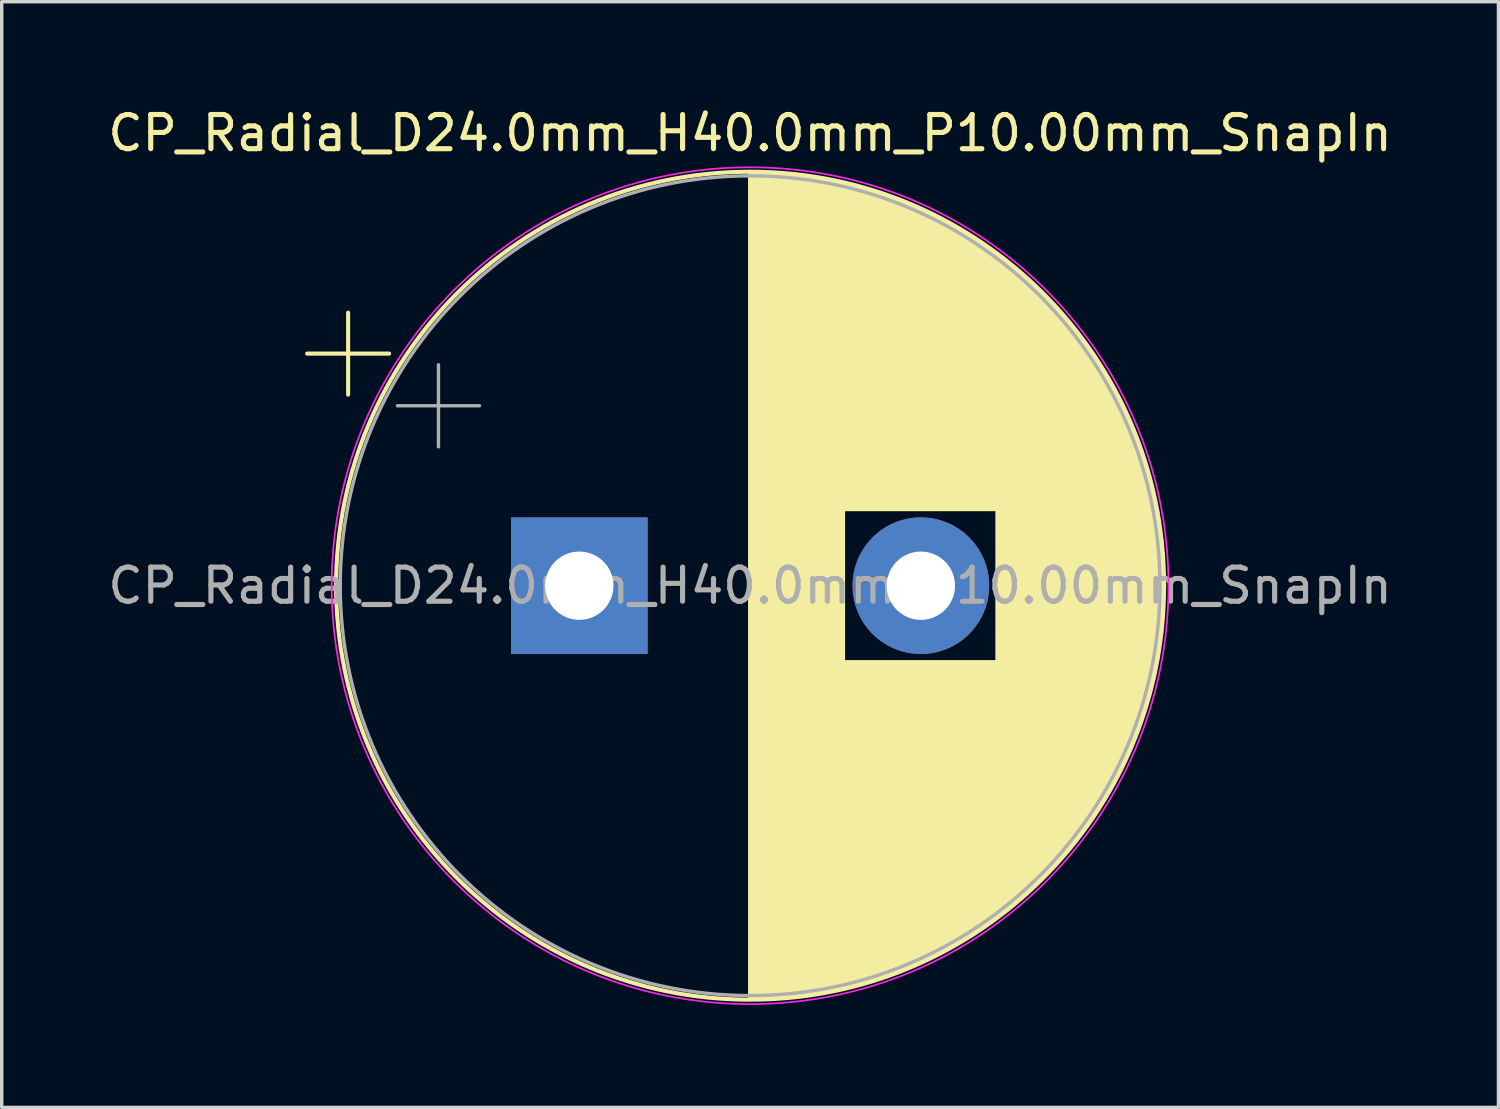
<source format=kicad_pcb>
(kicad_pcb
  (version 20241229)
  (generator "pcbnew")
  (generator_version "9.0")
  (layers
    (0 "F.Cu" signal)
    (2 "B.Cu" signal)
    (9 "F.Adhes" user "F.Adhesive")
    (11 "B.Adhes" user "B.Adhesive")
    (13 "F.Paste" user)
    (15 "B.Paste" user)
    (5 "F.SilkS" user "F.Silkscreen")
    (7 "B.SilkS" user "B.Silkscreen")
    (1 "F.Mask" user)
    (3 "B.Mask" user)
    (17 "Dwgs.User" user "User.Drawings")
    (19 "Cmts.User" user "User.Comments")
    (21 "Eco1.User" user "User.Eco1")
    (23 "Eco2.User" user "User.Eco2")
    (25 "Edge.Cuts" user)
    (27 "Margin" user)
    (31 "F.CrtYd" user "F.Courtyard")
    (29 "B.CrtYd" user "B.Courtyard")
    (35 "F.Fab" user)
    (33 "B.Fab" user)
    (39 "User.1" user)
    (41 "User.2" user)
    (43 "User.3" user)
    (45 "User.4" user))
  (footprint "CP_Radial_D24.0mm_H40.0mm_P10.00mm_SnapIn"
    (layer "F.Cu")
    (at 13.911 14.098)
    (property "Reference" "CP_Radial_D24.0mm_H40.0mm_P10.00mm_SnapIn" (at 5 -13.25 0) (layer "F.SilkS") (effects (font (size 1 1) (thickness 0.15))))
    (attr through_hole)
    (fp_line (start -7.969 -6.795) (end -5.569 -6.795) (stroke (width 0.12) (type solid)) (layer "F.SilkS"))
    (fp_line (start -6.769 -7.995) (end -6.769 -5.595) (stroke (width 0.12) (type solid)) (layer "F.SilkS"))
    (fp_line (start 5 -12.081) (end 5 12.081) (stroke (width 0.12) (type solid)) (layer "F.SilkS"))
    (fp_line (start 5.04 -12.08) (end 5.04 12.08) (stroke (width 0.12) (type solid)) (layer "F.SilkS"))
    (fp_line (start 5.08 -12.08) (end 5.08 12.08) (stroke (width 0.12) (type solid)) (layer "F.SilkS"))
    (fp_line (start 5.12 -12.08) (end 5.12 12.08) (stroke (width 0.12) (type solid)) (layer "F.SilkS"))
    (fp_line (start 5.16 -12.079) (end 5.16 12.079) (stroke (width 0.12) (type solid)) (layer "F.SilkS"))
    (fp_line (start 5.2 -12.079) (end 5.2 12.079) (stroke (width 0.12) (type solid)) (layer "F.SilkS"))
    (fp_line (start 5.24 -12.078) (end 5.24 12.078) (stroke (width 0.12) (type solid)) (layer "F.SilkS"))
    (fp_line (start 5.28 -12.077) (end 5.28 12.077) (stroke (width 0.12) (type solid)) (layer "F.SilkS"))
    (fp_line (start 5.32 -12.076) (end 5.32 12.076) (stroke (width 0.12) (type solid)) (layer "F.SilkS"))
    (fp_line (start 5.36 -12.075) (end 5.36 12.075) (stroke (width 0.12) (type solid)) (layer "F.SilkS"))
    (fp_line (start 5.4 -12.074) (end 5.4 12.074) (stroke (width 0.12) (type solid)) (layer "F.SilkS"))
    (fp_line (start 5.44 -12.073) (end 5.44 12.073) (stroke (width 0.12) (type solid)) (layer "F.SilkS"))
    (fp_line (start 5.48 -12.071) (end 5.48 12.071) (stroke (width 0.12) (type solid)) (layer "F.SilkS"))
    (fp_line (start 5.52 -12.069) (end 5.52 12.069) (stroke (width 0.12) (type solid)) (layer "F.SilkS"))
    (fp_line (start 5.56 -12.068) (end 5.56 12.068) (stroke (width 0.12) (type solid)) (layer "F.SilkS"))
    (fp_line (start 5.6 -12.066) (end 5.6 12.066) (stroke (width 0.12) (type solid)) (layer "F.SilkS"))
    (fp_line (start 5.64 -12.064) (end 5.64 12.064) (stroke (width 0.12) (type solid)) (layer "F.SilkS"))
    (fp_line (start 5.68 -12.061) (end 5.68 12.061) (stroke (width 0.12) (type solid)) (layer "F.SilkS"))
    (fp_line (start 5.721 -12.059) (end 5.721 12.059) (stroke (width 0.12) (type solid)) (layer "F.SilkS"))
    (fp_line (start 5.761 -12.057) (end 5.761 12.057) (stroke (width 0.12) (type solid)) (layer "F.SilkS"))
    (fp_line (start 5.801 -12.054) (end 5.801 12.054) (stroke (width 0.12) (type solid)) (layer "F.SilkS"))
    (fp_line (start 5.841 -12.051) (end 5.841 12.051) (stroke (width 0.12) (type solid)) (layer "F.SilkS"))
    (fp_line (start 5.881 -12.049) (end 5.881 12.049) (stroke (width 0.12) (type solid)) (layer "F.SilkS"))
    (fp_line (start 5.921 -12.046) (end 5.921 12.046) (stroke (width 0.12) (type solid)) (layer "F.SilkS"))
    (fp_line (start 5.961 -12.042) (end 5.961 12.042) (stroke (width 0.12) (type solid)) (layer "F.SilkS"))
    (fp_line (start 6.001 -12.039) (end 6.001 12.039) (stroke (width 0.12) (type solid)) (layer "F.SilkS"))
    (fp_line (start 6.041 -12.036) (end 6.041 12.036) (stroke (width 0.12) (type solid)) (layer "F.SilkS"))
    (fp_line (start 6.081 -12.032) (end 6.081 12.032) (stroke (width 0.12) (type solid)) (layer "F.SilkS"))
    (fp_line (start 6.121 -12.029) (end 6.121 12.029) (stroke (width 0.12) (type solid)) (layer "F.SilkS"))
    (fp_line (start 6.161 -12.025) (end 6.161 12.025) (stroke (width 0.12) (type solid)) (layer "F.SilkS"))
    (fp_line (start 6.201 -12.021) (end 6.201 12.021) (stroke (width 0.12) (type solid)) (layer "F.SilkS"))
    (fp_line (start 6.241 -12.017) (end 6.241 12.017) (stroke (width 0.12) (type solid)) (layer "F.SilkS"))
    (fp_line (start 6.281 -12.013) (end 6.281 12.013) (stroke (width 0.12) (type solid)) (layer "F.SilkS"))
    (fp_line (start 6.321 -12.008) (end 6.321 12.008) (stroke (width 0.12) (type solid)) (layer "F.SilkS"))
    (fp_line (start 6.361 -12.004) (end 6.361 12.004) (stroke (width 0.12) (type solid)) (layer "F.SilkS"))
    (fp_line (start 6.401 -11.999) (end 6.401 11.999) (stroke (width 0.12) (type solid)) (layer "F.SilkS"))
    (fp_line (start 6.441 -11.995) (end 6.441 11.995) (stroke (width 0.12) (type solid)) (layer "F.SilkS"))
    (fp_line (start 6.481 -11.99) (end 6.481 11.99) (stroke (width 0.12) (type solid)) (layer "F.SilkS"))
    (fp_line (start 6.521 -11.985) (end 6.521 11.985) (stroke (width 0.12) (type solid)) (layer "F.SilkS"))
    (fp_line (start 6.561 -11.98) (end 6.561 11.98) (stroke (width 0.12) (type solid)) (layer "F.SilkS"))
    (fp_line (start 6.601 -11.974) (end 6.601 11.974) (stroke (width 0.12) (type solid)) (layer "F.SilkS"))
    (fp_line (start 6.641 -11.969) (end 6.641 11.969) (stroke (width 0.12) (type solid)) (layer "F.SilkS"))
    (fp_line (start 6.681 -11.963) (end 6.681 11.963) (stroke (width 0.12) (type solid)) (layer "F.SilkS"))
    (fp_line (start 6.721 -11.958) (end 6.721 11.958) (stroke (width 0.12) (type solid)) (layer "F.SilkS"))
    (fp_line (start 6.761 -11.952) (end 6.761 11.952) (stroke (width 0.12) (type solid)) (layer "F.SilkS"))
    (fp_line (start 6.801 -11.946) (end 6.801 11.946) (stroke (width 0.12) (type solid)) (layer "F.SilkS"))
    (fp_line (start 6.841 -11.94) (end 6.841 11.94) (stroke (width 0.12) (type solid)) (layer "F.SilkS"))
    (fp_line (start 6.881 -11.934) (end 6.881 11.934) (stroke (width 0.12) (type solid)) (layer "F.SilkS"))
    (fp_line (start 6.921 -11.927) (end 6.921 11.927) (stroke (width 0.12) (type solid)) (layer "F.SilkS"))
    (fp_line (start 6.961 -11.921) (end 6.961 11.921) (stroke (width 0.12) (type solid)) (layer "F.SilkS"))
    (fp_line (start 7.001 -11.914) (end 7.001 11.914) (stroke (width 0.12) (type solid)) (layer "F.SilkS"))
    (fp_line (start 7.041 -11.908) (end 7.041 11.908) (stroke (width 0.12) (type solid)) (layer "F.SilkS"))
    (fp_line (start 7.081 -11.901) (end 7.081 11.901) (stroke (width 0.12) (type solid)) (layer "F.SilkS"))
    (fp_line (start 7.121 -11.894) (end 7.121 11.894) (stroke (width 0.12) (type solid)) (layer "F.SilkS"))
    (fp_line (start 7.161 -11.886) (end 7.161 11.886) (stroke (width 0.12) (type solid)) (layer "F.SilkS"))
    (fp_line (start 7.201 -11.879) (end 7.201 11.879) (stroke (width 0.12) (type solid)) (layer "F.SilkS"))
    (fp_line (start 7.241 -11.872) (end 7.241 11.872) (stroke (width 0.12) (type solid)) (layer "F.SilkS"))
    (fp_line (start 7.281 -11.864) (end 7.281 11.864) (stroke (width 0.12) (type solid)) (layer "F.SilkS"))
    (fp_line (start 7.321 -11.856) (end 7.321 11.856) (stroke (width 0.12) (type solid)) (layer "F.SilkS"))
    (fp_line (start 7.361 -11.849) (end 7.361 11.849) (stroke (width 0.12) (type solid)) (layer "F.SilkS"))
    (fp_line (start 7.401 -11.841) (end 7.401 11.841) (stroke (width 0.12) (type solid)) (layer "F.SilkS"))
    (fp_line (start 7.441 -11.832) (end 7.441 11.832) (stroke (width 0.12) (type solid)) (layer "F.SilkS"))
    (fp_line (start 7.481 -11.824) (end 7.481 11.824) (stroke (width 0.12) (type solid)) (layer "F.SilkS"))
    (fp_line (start 7.521 -11.816) (end 7.521 11.816) (stroke (width 0.12) (type solid)) (layer "F.SilkS"))
    (fp_line (start 7.561 -11.807) (end 7.561 11.807) (stroke (width 0.12) (type solid)) (layer "F.SilkS"))
    (fp_line (start 7.601 -11.798) (end 7.601 11.798) (stroke (width 0.12) (type solid)) (layer "F.SilkS"))
    (fp_line (start 7.641 -11.789) (end 7.641 11.789) (stroke (width 0.12) (type solid)) (layer "F.SilkS"))
    (fp_line (start 7.681 -11.78) (end 7.681 11.78) (stroke (width 0.12) (type solid)) (layer "F.SilkS"))
    (fp_line (start 7.721 -11.771) (end 7.721 11.771) (stroke (width 0.12) (type solid)) (layer "F.SilkS"))
    (fp_line (start 7.761 -11.762) (end 7.761 -2.24) (stroke (width 0.12) (type solid)) (layer "F.SilkS"))
    (fp_line (start 7.761 2.24) (end 7.761 11.762) (stroke (width 0.12) (type solid)) (layer "F.SilkS"))
    (fp_line (start 7.801 -11.753) (end 7.801 -2.24) (stroke (width 0.12) (type solid)) (layer "F.SilkS"))
    (fp_line (start 7.801 2.24) (end 7.801 11.753) (stroke (width 0.12) (type solid)) (layer "F.SilkS"))
    (fp_line (start 7.841 -11.743) (end 7.841 -2.24) (stroke (width 0.12) (type solid)) (layer "F.SilkS"))
    (fp_line (start 7.841 2.24) (end 7.841 11.743) (stroke (width 0.12) (type solid)) (layer "F.SilkS"))
    (fp_line (start 7.881 -11.733) (end 7.881 -2.24) (stroke (width 0.12) (type solid)) (layer "F.SilkS"))
    (fp_line (start 7.881 2.24) (end 7.881 11.733) (stroke (width 0.12) (type solid)) (layer "F.SilkS"))
    (fp_line (start 7.921 -11.723) (end 7.921 -2.24) (stroke (width 0.12) (type solid)) (layer "F.SilkS"))
    (fp_line (start 7.921 2.24) (end 7.921 11.723) (stroke (width 0.12) (type solid)) (layer "F.SilkS"))
    (fp_line (start 7.961 -11.713) (end 7.961 -2.24) (stroke (width 0.12) (type solid)) (layer "F.SilkS"))
    (fp_line (start 7.961 2.24) (end 7.961 11.713) (stroke (width 0.12) (type solid)) (layer "F.SilkS"))
    (fp_line (start 8.001 -11.703) (end 8.001 -2.24) (stroke (width 0.12) (type solid)) (layer "F.SilkS"))
    (fp_line (start 8.001 2.24) (end 8.001 11.703) (stroke (width 0.12) (type solid)) (layer "F.SilkS"))
    (fp_line (start 8.041 -11.693) (end 8.041 -2.24) (stroke (width 0.12) (type solid)) (layer "F.SilkS"))
    (fp_line (start 8.041 2.24) (end 8.041 11.693) (stroke (width 0.12) (type solid)) (layer "F.SilkS"))
    (fp_line (start 8.081 -11.683) (end 8.081 -2.24) (stroke (width 0.12) (type solid)) (layer "F.SilkS"))
    (fp_line (start 8.081 2.24) (end 8.081 11.683) (stroke (width 0.12) (type solid)) (layer "F.SilkS"))
    (fp_line (start 8.121 -11.672) (end 8.121 -2.24) (stroke (width 0.12) (type solid)) (layer "F.SilkS"))
    (fp_line (start 8.121 2.24) (end 8.121 11.672) (stroke (width 0.12) (type solid)) (layer "F.SilkS"))
    (fp_line (start 8.161 -11.661) (end 8.161 -2.24) (stroke (width 0.12) (type solid)) (layer "F.SilkS"))
    (fp_line (start 8.161 2.24) (end 8.161 11.661) (stroke (width 0.12) (type solid)) (layer "F.SilkS"))
    (fp_line (start 8.201 -11.65) (end 8.201 -2.24) (stroke (width 0.12) (type solid)) (layer "F.SilkS"))
    (fp_line (start 8.201 2.24) (end 8.201 11.65) (stroke (width 0.12) (type solid)) (layer "F.SilkS"))
    (fp_line (start 8.241 -11.639) (end 8.241 -2.24) (stroke (width 0.12) (type solid)) (layer "F.SilkS"))
    (fp_line (start 8.241 2.24) (end 8.241 11.639) (stroke (width 0.12) (type solid)) (layer "F.SilkS"))
    (fp_line (start 8.281 -11.628) (end 8.281 -2.24) (stroke (width 0.12) (type solid)) (layer "F.SilkS"))
    (fp_line (start 8.281 2.24) (end 8.281 11.628) (stroke (width 0.12) (type solid)) (layer "F.SilkS"))
    (fp_line (start 8.321 -11.617) (end 8.321 -2.24) (stroke (width 0.12) (type solid)) (layer "F.SilkS"))
    (fp_line (start 8.321 2.24) (end 8.321 11.617) (stroke (width 0.12) (type solid)) (layer "F.SilkS"))
    (fp_line (start 8.361 -11.605) (end 8.361 -2.24) (stroke (width 0.12) (type solid)) (layer "F.SilkS"))
    (fp_line (start 8.361 2.24) (end 8.361 11.605) (stroke (width 0.12) (type solid)) (layer "F.SilkS"))
    (fp_line (start 8.401 -11.594) (end 8.401 -2.24) (stroke (width 0.12) (type solid)) (layer "F.SilkS"))
    (fp_line (start 8.401 2.24) (end 8.401 11.594) (stroke (width 0.12) (type solid)) (layer "F.SilkS"))
    (fp_line (start 8.441 -11.582) (end 8.441 -2.24) (stroke (width 0.12) (type solid)) (layer "F.SilkS"))
    (fp_line (start 8.441 2.24) (end 8.441 11.582) (stroke (width 0.12) (type solid)) (layer "F.SilkS"))
    (fp_line (start 8.481 -11.57) (end 8.481 -2.24) (stroke (width 0.12) (type solid)) (layer "F.SilkS"))
    (fp_line (start 8.481 2.24) (end 8.481 11.57) (stroke (width 0.12) (type solid)) (layer "F.SilkS"))
    (fp_line (start 8.521 -11.558) (end 8.521 -2.24) (stroke (width 0.12) (type solid)) (layer "F.SilkS"))
    (fp_line (start 8.521 2.24) (end 8.521 11.558) (stroke (width 0.12) (type solid)) (layer "F.SilkS"))
    (fp_line (start 8.561 -11.546) (end 8.561 -2.24) (stroke (width 0.12) (type solid)) (layer "F.SilkS"))
    (fp_line (start 8.561 2.24) (end 8.561 11.546) (stroke (width 0.12) (type solid)) (layer "F.SilkS"))
    (fp_line (start 8.601 -11.534) (end 8.601 -2.24) (stroke (width 0.12) (type solid)) (layer "F.SilkS"))
    (fp_line (start 8.601 2.24) (end 8.601 11.534) (stroke (width 0.12) (type solid)) (layer "F.SilkS"))
    (fp_line (start 8.641 -11.521) (end 8.641 -2.24) (stroke (width 0.12) (type solid)) (layer "F.SilkS"))
    (fp_line (start 8.641 2.24) (end 8.641 11.521) (stroke (width 0.12) (type solid)) (layer "F.SilkS"))
    (fp_line (start 8.681 -11.508) (end 8.681 -2.24) (stroke (width 0.12) (type solid)) (layer "F.SilkS"))
    (fp_line (start 8.681 2.24) (end 8.681 11.508) (stroke (width 0.12) (type solid)) (layer "F.SilkS"))
    (fp_line (start 8.721 -11.495) (end 8.721 -2.24) (stroke (width 0.12) (type solid)) (layer "F.SilkS"))
    (fp_line (start 8.721 2.24) (end 8.721 11.495) (stroke (width 0.12) (type solid)) (layer "F.SilkS"))
    (fp_line (start 8.761 -11.483) (end 8.761 -2.24) (stroke (width 0.12) (type solid)) (layer "F.SilkS"))
    (fp_line (start 8.761 2.24) (end 8.761 11.483) (stroke (width 0.12) (type solid)) (layer "F.SilkS"))
    (fp_line (start 8.801 -11.469) (end 8.801 -2.24) (stroke (width 0.12) (type solid)) (layer "F.SilkS"))
    (fp_line (start 8.801 2.24) (end 8.801 11.469) (stroke (width 0.12) (type solid)) (layer "F.SilkS"))
    (fp_line (start 8.841 -11.456) (end 8.841 -2.24) (stroke (width 0.12) (type solid)) (layer "F.SilkS"))
    (fp_line (start 8.841 2.24) (end 8.841 11.456) (stroke (width 0.12) (type solid)) (layer "F.SilkS"))
    (fp_line (start 8.881 -11.443) (end 8.881 -2.24) (stroke (width 0.12) (type solid)) (layer "F.SilkS"))
    (fp_line (start 8.881 2.24) (end 8.881 11.443) (stroke (width 0.12) (type solid)) (layer "F.SilkS"))
    (fp_line (start 8.921 -11.429) (end 8.921 -2.24) (stroke (width 0.12) (type solid)) (layer "F.SilkS"))
    (fp_line (start 8.921 2.24) (end 8.921 11.429) (stroke (width 0.12) (type solid)) (layer "F.SilkS"))
    (fp_line (start 8.961 -11.415) (end 8.961 -2.24) (stroke (width 0.12) (type solid)) (layer "F.SilkS"))
    (fp_line (start 8.961 2.24) (end 8.961 11.415) (stroke (width 0.12) (type solid)) (layer "F.SilkS"))
    (fp_line (start 9.001 -11.401) (end 9.001 -2.24) (stroke (width 0.12) (type solid)) (layer "F.SilkS"))
    (fp_line (start 9.001 2.24) (end 9.001 11.401) (stroke (width 0.12) (type solid)) (layer "F.SilkS"))
    (fp_line (start 9.041 -11.387) (end 9.041 -2.24) (stroke (width 0.12) (type solid)) (layer "F.SilkS"))
    (fp_line (start 9.041 2.24) (end 9.041 11.387) (stroke (width 0.12) (type solid)) (layer "F.SilkS"))
    (fp_line (start 9.081 -11.373) (end 9.081 -2.24) (stroke (width 0.12) (type solid)) (layer "F.SilkS"))
    (fp_line (start 9.081 2.24) (end 9.081 11.373) (stroke (width 0.12) (type solid)) (layer "F.SilkS"))
    (fp_line (start 9.121 -11.359) (end 9.121 -2.24) (stroke (width 0.12) (type solid)) (layer "F.SilkS"))
    (fp_line (start 9.121 2.24) (end 9.121 11.359) (stroke (width 0.12) (type solid)) (layer "F.SilkS"))
    (fp_line (start 9.161 -11.344) (end 9.161 -2.24) (stroke (width 0.12) (type solid)) (layer "F.SilkS"))
    (fp_line (start 9.161 2.24) (end 9.161 11.344) (stroke (width 0.12) (type solid)) (layer "F.SilkS"))
    (fp_line (start 9.201 -11.33) (end 9.201 -2.24) (stroke (width 0.12) (type solid)) (layer "F.SilkS"))
    (fp_line (start 9.201 2.24) (end 9.201 11.33) (stroke (width 0.12) (type solid)) (layer "F.SilkS"))
    (fp_line (start 9.241 -11.315) (end 9.241 -2.24) (stroke (width 0.12) (type solid)) (layer "F.SilkS"))
    (fp_line (start 9.241 2.24) (end 9.241 11.315) (stroke (width 0.12) (type solid)) (layer "F.SilkS"))
    (fp_line (start 9.281 -11.3) (end 9.281 -2.24) (stroke (width 0.12) (type solid)) (layer "F.SilkS"))
    (fp_line (start 9.281 2.24) (end 9.281 11.3) (stroke (width 0.12) (type solid)) (layer "F.SilkS"))
    (fp_line (start 9.321 -11.284) (end 9.321 -2.24) (stroke (width 0.12) (type solid)) (layer "F.SilkS"))
    (fp_line (start 9.321 2.24) (end 9.321 11.284) (stroke (width 0.12) (type solid)) (layer "F.SilkS"))
    (fp_line (start 9.361 -11.269) (end 9.361 -2.24) (stroke (width 0.12) (type solid)) (layer "F.SilkS"))
    (fp_line (start 9.361 2.24) (end 9.361 11.269) (stroke (width 0.12) (type solid)) (layer "F.SilkS"))
    (fp_line (start 9.401 -11.254) (end 9.401 -2.24) (stroke (width 0.12) (type solid)) (layer "F.SilkS"))
    (fp_line (start 9.401 2.24) (end 9.401 11.254) (stroke (width 0.12) (type solid)) (layer "F.SilkS"))
    (fp_line (start 9.441 -11.238) (end 9.441 -2.24) (stroke (width 0.12) (type solid)) (layer "F.SilkS"))
    (fp_line (start 9.441 2.24) (end 9.441 11.238) (stroke (width 0.12) (type solid)) (layer "F.SilkS"))
    (fp_line (start 9.481 -11.222) (end 9.481 -2.24) (stroke (width 0.12) (type solid)) (layer "F.SilkS"))
    (fp_line (start 9.481 2.24) (end 9.481 11.222) (stroke (width 0.12) (type solid)) (layer "F.SilkS"))
    (fp_line (start 9.521 -11.206) (end 9.521 -2.24) (stroke (width 0.12) (type solid)) (layer "F.SilkS"))
    (fp_line (start 9.521 2.24) (end 9.521 11.206) (stroke (width 0.12) (type solid)) (layer "F.SilkS"))
    (fp_line (start 9.561 -11.19) (end 9.561 -2.24) (stroke (width 0.12) (type solid)) (layer "F.SilkS"))
    (fp_line (start 9.561 2.24) (end 9.561 11.19) (stroke (width 0.12) (type solid)) (layer "F.SilkS"))
    (fp_line (start 9.601 -11.174) (end 9.601 -2.24) (stroke (width 0.12) (type solid)) (layer "F.SilkS"))
    (fp_line (start 9.601 2.24) (end 9.601 11.174) (stroke (width 0.12) (type solid)) (layer "F.SilkS"))
    (fp_line (start 9.641 -11.157) (end 9.641 -2.24) (stroke (width 0.12) (type solid)) (layer "F.SilkS"))
    (fp_line (start 9.641 2.24) (end 9.641 11.157) (stroke (width 0.12) (type solid)) (layer "F.SilkS"))
    (fp_line (start 9.681 -11.14) (end 9.681 -2.24) (stroke (width 0.12) (type solid)) (layer "F.SilkS"))
    (fp_line (start 9.681 2.24) (end 9.681 11.14) (stroke (width 0.12) (type solid)) (layer "F.SilkS"))
    (fp_line (start 9.721 -11.124) (end 9.721 -2.24) (stroke (width 0.12) (type solid)) (layer "F.SilkS"))
    (fp_line (start 9.721 2.24) (end 9.721 11.124) (stroke (width 0.12) (type solid)) (layer "F.SilkS"))
    (fp_line (start 9.761 -11.107) (end 9.761 -2.24) (stroke (width 0.12) (type solid)) (layer "F.SilkS"))
    (fp_line (start 9.761 2.24) (end 9.761 11.107) (stroke (width 0.12) (type solid)) (layer "F.SilkS"))
    (fp_line (start 9.801 -11.089) (end 9.801 -2.24) (stroke (width 0.12) (type solid)) (layer "F.SilkS"))
    (fp_line (start 9.801 2.24) (end 9.801 11.089) (stroke (width 0.12) (type solid)) (layer "F.SilkS"))
    (fp_line (start 9.841 -11.072) (end 9.841 -2.24) (stroke (width 0.12) (type solid)) (layer "F.SilkS"))
    (fp_line (start 9.841 2.24) (end 9.841 11.072) (stroke (width 0.12) (type solid)) (layer "F.SilkS"))
    (fp_line (start 9.881 -11.055) (end 9.881 -2.24) (stroke (width 0.12) (type solid)) (layer "F.SilkS"))
    (fp_line (start 9.881 2.24) (end 9.881 11.055) (stroke (width 0.12) (type solid)) (layer "F.SilkS"))
    (fp_line (start 9.921 -11.037) (end 9.921 -2.24) (stroke (width 0.12) (type solid)) (layer "F.SilkS"))
    (fp_line (start 9.921 2.24) (end 9.921 11.037) (stroke (width 0.12) (type solid)) (layer "F.SilkS"))
    (fp_line (start 9.961 -11.019) (end 9.961 -2.24) (stroke (width 0.12) (type solid)) (layer "F.SilkS"))
    (fp_line (start 9.961 2.24) (end 9.961 11.019) (stroke (width 0.12) (type solid)) (layer "F.SilkS"))
    (fp_line (start 10.001 -11.001) (end 10.001 -2.24) (stroke (width 0.12) (type solid)) (layer "F.SilkS"))
    (fp_line (start 10.001 2.24) (end 10.001 11.001) (stroke (width 0.12) (type solid)) (layer "F.SilkS"))
    (fp_line (start 10.041 -10.983) (end 10.041 -2.24) (stroke (width 0.12) (type solid)) (layer "F.SilkS"))
    (fp_line (start 10.041 2.24) (end 10.041 10.983) (stroke (width 0.12) (type solid)) (layer "F.SilkS"))
    (fp_line (start 10.081 -10.964) (end 10.081 -2.24) (stroke (width 0.12) (type solid)) (layer "F.SilkS"))
    (fp_line (start 10.081 2.24) (end 10.081 10.964) (stroke (width 0.12) (type solid)) (layer "F.SilkS"))
    (fp_line (start 10.121 -10.946) (end 10.121 -2.24) (stroke (width 0.12) (type solid)) (layer "F.SilkS"))
    (fp_line (start 10.121 2.24) (end 10.121 10.946) (stroke (width 0.12) (type solid)) (layer "F.SilkS"))
    (fp_line (start 10.161 -10.927) (end 10.161 -2.24) (stroke (width 0.12) (type solid)) (layer "F.SilkS"))
    (fp_line (start 10.161 2.24) (end 10.161 10.927) (stroke (width 0.12) (type solid)) (layer "F.SilkS"))
    (fp_line (start 10.201 -10.908) (end 10.201 -2.24) (stroke (width 0.12) (type solid)) (layer "F.SilkS"))
    (fp_line (start 10.201 2.24) (end 10.201 10.908) (stroke (width 0.12) (type solid)) (layer "F.SilkS"))
    (fp_line (start 10.241 -10.889) (end 10.241 -2.24) (stroke (width 0.12) (type solid)) (layer "F.SilkS"))
    (fp_line (start 10.241 2.24) (end 10.241 10.889) (stroke (width 0.12) (type solid)) (layer "F.SilkS"))
    (fp_line (start 10.281 -10.87) (end 10.281 -2.24) (stroke (width 0.12) (type solid)) (layer "F.SilkS"))
    (fp_line (start 10.281 2.24) (end 10.281 10.87) (stroke (width 0.12) (type solid)) (layer "F.SilkS"))
    (fp_line (start 10.321 -10.85) (end 10.321 -2.24) (stroke (width 0.12) (type solid)) (layer "F.SilkS"))
    (fp_line (start 10.321 2.24) (end 10.321 10.85) (stroke (width 0.12) (type solid)) (layer "F.SilkS"))
    (fp_line (start 10.361 -10.831) (end 10.361 -2.24) (stroke (width 0.12) (type solid)) (layer "F.SilkS"))
    (fp_line (start 10.361 2.24) (end 10.361 10.831) (stroke (width 0.12) (type solid)) (layer "F.SilkS"))
    (fp_line (start 10.401 -10.811) (end 10.401 -2.24) (stroke (width 0.12) (type solid)) (layer "F.SilkS"))
    (fp_line (start 10.401 2.24) (end 10.401 10.811) (stroke (width 0.12) (type solid)) (layer "F.SilkS"))
    (fp_line (start 10.441 -10.791) (end 10.441 -2.24) (stroke (width 0.12) (type solid)) (layer "F.SilkS"))
    (fp_line (start 10.441 2.24) (end 10.441 10.791) (stroke (width 0.12) (type solid)) (layer "F.SilkS"))
    (fp_line (start 10.481 -10.771) (end 10.481 -2.24) (stroke (width 0.12) (type solid)) (layer "F.SilkS"))
    (fp_line (start 10.481 2.24) (end 10.481 10.771) (stroke (width 0.12) (type solid)) (layer "F.SilkS"))
    (fp_line (start 10.521 -10.75) (end 10.521 -2.24) (stroke (width 0.12) (type solid)) (layer "F.SilkS"))
    (fp_line (start 10.521 2.24) (end 10.521 10.75) (stroke (width 0.12) (type solid)) (layer "F.SilkS"))
    (fp_line (start 10.561 -10.73) (end 10.561 -2.24) (stroke (width 0.12) (type solid)) (layer "F.SilkS"))
    (fp_line (start 10.561 2.24) (end 10.561 10.73) (stroke (width 0.12) (type solid)) (layer "F.SilkS"))
    (fp_line (start 10.601 -10.709) (end 10.601 -2.24) (stroke (width 0.12) (type solid)) (layer "F.SilkS"))
    (fp_line (start 10.601 2.24) (end 10.601 10.709) (stroke (width 0.12) (type solid)) (layer "F.SilkS"))
    (fp_line (start 10.641 -10.688) (end 10.641 -2.24) (stroke (width 0.12) (type solid)) (layer "F.SilkS"))
    (fp_line (start 10.641 2.24) (end 10.641 10.688) (stroke (width 0.12) (type solid)) (layer "F.SilkS"))
    (fp_line (start 10.681 -10.667) (end 10.681 -2.24) (stroke (width 0.12) (type solid)) (layer "F.SilkS"))
    (fp_line (start 10.681 2.24) (end 10.681 10.667) (stroke (width 0.12) (type solid)) (layer "F.SilkS"))
    (fp_line (start 10.721 -10.646) (end 10.721 -2.24) (stroke (width 0.12) (type solid)) (layer "F.SilkS"))
    (fp_line (start 10.721 2.24) (end 10.721 10.646) (stroke (width 0.12) (type solid)) (layer "F.SilkS"))
    (fp_line (start 10.761 -10.624) (end 10.761 -2.24) (stroke (width 0.12) (type solid)) (layer "F.SilkS"))
    (fp_line (start 10.761 2.24) (end 10.761 10.624) (stroke (width 0.12) (type solid)) (layer "F.SilkS"))
    (fp_line (start 10.801 -10.603) (end 10.801 -2.24) (stroke (width 0.12) (type solid)) (layer "F.SilkS"))
    (fp_line (start 10.801 2.24) (end 10.801 10.603) (stroke (width 0.12) (type solid)) (layer "F.SilkS"))
    (fp_line (start 10.841 -10.581) (end 10.841 -2.24) (stroke (width 0.12) (type solid)) (layer "F.SilkS"))
    (fp_line (start 10.841 2.24) (end 10.841 10.581) (stroke (width 0.12) (type solid)) (layer "F.SilkS"))
    (fp_line (start 10.881 -10.559) (end 10.881 -2.24) (stroke (width 0.12) (type solid)) (layer "F.SilkS"))
    (fp_line (start 10.881 2.24) (end 10.881 10.559) (stroke (width 0.12) (type solid)) (layer "F.SilkS"))
    (fp_line (start 10.921 -10.536) (end 10.921 -2.24) (stroke (width 0.12) (type solid)) (layer "F.SilkS"))
    (fp_line (start 10.921 2.24) (end 10.921 10.536) (stroke (width 0.12) (type solid)) (layer "F.SilkS"))
    (fp_line (start 10.961 -10.514) (end 10.961 -2.24) (stroke (width 0.12) (type solid)) (layer "F.SilkS"))
    (fp_line (start 10.961 2.24) (end 10.961 10.514) (stroke (width 0.12) (type solid)) (layer "F.SilkS"))
    (fp_line (start 11.001 -10.491) (end 11.001 -2.24) (stroke (width 0.12) (type solid)) (layer "F.SilkS"))
    (fp_line (start 11.001 2.24) (end 11.001 10.491) (stroke (width 0.12) (type solid)) (layer "F.SilkS"))
    (fp_line (start 11.041 -10.468) (end 11.041 -2.24) (stroke (width 0.12) (type solid)) (layer "F.SilkS"))
    (fp_line (start 11.041 2.24) (end 11.041 10.468) (stroke (width 0.12) (type solid)) (layer "F.SilkS"))
    (fp_line (start 11.081 -10.445) (end 11.081 -2.24) (stroke (width 0.12) (type solid)) (layer "F.SilkS"))
    (fp_line (start 11.081 2.24) (end 11.081 10.445) (stroke (width 0.12) (type solid)) (layer "F.SilkS"))
    (fp_line (start 11.121 -10.422) (end 11.121 -2.24) (stroke (width 0.12) (type solid)) (layer "F.SilkS"))
    (fp_line (start 11.121 2.24) (end 11.121 10.422) (stroke (width 0.12) (type solid)) (layer "F.SilkS"))
    (fp_line (start 11.161 -10.398) (end 11.161 -2.24) (stroke (width 0.12) (type solid)) (layer "F.SilkS"))
    (fp_line (start 11.161 2.24) (end 11.161 10.398) (stroke (width 0.12) (type solid)) (layer "F.SilkS"))
    (fp_line (start 11.201 -10.375) (end 11.201 -2.24) (stroke (width 0.12) (type solid)) (layer "F.SilkS"))
    (fp_line (start 11.201 2.24) (end 11.201 10.375) (stroke (width 0.12) (type solid)) (layer "F.SilkS"))
    (fp_line (start 11.241 -10.351) (end 11.241 -2.24) (stroke (width 0.12) (type solid)) (layer "F.SilkS"))
    (fp_line (start 11.241 2.24) (end 11.241 10.351) (stroke (width 0.12) (type solid)) (layer "F.SilkS"))
    (fp_line (start 11.281 -10.327) (end 11.281 -2.24) (stroke (width 0.12) (type solid)) (layer "F.SilkS"))
    (fp_line (start 11.281 2.24) (end 11.281 10.327) (stroke (width 0.12) (type solid)) (layer "F.SilkS"))
    (fp_line (start 11.321 -10.302) (end 11.321 -2.24) (stroke (width 0.12) (type solid)) (layer "F.SilkS"))
    (fp_line (start 11.321 2.24) (end 11.321 10.302) (stroke (width 0.12) (type solid)) (layer "F.SilkS"))
    (fp_line (start 11.361 -10.278) (end 11.361 -2.24) (stroke (width 0.12) (type solid)) (layer "F.SilkS"))
    (fp_line (start 11.361 2.24) (end 11.361 10.278) (stroke (width 0.12) (type solid)) (layer "F.SilkS"))
    (fp_line (start 11.401 -10.253) (end 11.401 -2.24) (stroke (width 0.12) (type solid)) (layer "F.SilkS"))
    (fp_line (start 11.401 2.24) (end 11.401 10.253) (stroke (width 0.12) (type solid)) (layer "F.SilkS"))
    (fp_line (start 11.441 -10.228) (end 11.441 -2.24) (stroke (width 0.12) (type solid)) (layer "F.SilkS"))
    (fp_line (start 11.441 2.24) (end 11.441 10.228) (stroke (width 0.12) (type solid)) (layer "F.SilkS"))
    (fp_line (start 11.481 -10.203) (end 11.481 -2.24) (stroke (width 0.12) (type solid)) (layer "F.SilkS"))
    (fp_line (start 11.481 2.24) (end 11.481 10.203) (stroke (width 0.12) (type solid)) (layer "F.SilkS"))
    (fp_line (start 11.521 -10.177) (end 11.521 -2.24) (stroke (width 0.12) (type solid)) (layer "F.SilkS"))
    (fp_line (start 11.521 2.24) (end 11.521 10.177) (stroke (width 0.12) (type solid)) (layer "F.SilkS"))
    (fp_line (start 11.561 -10.152) (end 11.561 -2.24) (stroke (width 0.12) (type solid)) (layer "F.SilkS"))
    (fp_line (start 11.561 2.24) (end 11.561 10.152) (stroke (width 0.12) (type solid)) (layer "F.SilkS"))
    (fp_line (start 11.601 -10.126) (end 11.601 -2.24) (stroke (width 0.12) (type solid)) (layer "F.SilkS"))
    (fp_line (start 11.601 2.24) (end 11.601 10.126) (stroke (width 0.12) (type solid)) (layer "F.SilkS"))
    (fp_line (start 11.641 -10.1) (end 11.641 -2.24) (stroke (width 0.12) (type solid)) (layer "F.SilkS"))
    (fp_line (start 11.641 2.24) (end 11.641 10.1) (stroke (width 0.12) (type solid)) (layer "F.SilkS"))
    (fp_line (start 11.681 -10.073) (end 11.681 -2.24) (stroke (width 0.12) (type solid)) (layer "F.SilkS"))
    (fp_line (start 11.681 2.24) (end 11.681 10.073) (stroke (width 0.12) (type solid)) (layer "F.SilkS"))
    (fp_line (start 11.721 -10.047) (end 11.721 -2.24) (stroke (width 0.12) (type solid)) (layer "F.SilkS"))
    (fp_line (start 11.721 2.24) (end 11.721 10.047) (stroke (width 0.12) (type solid)) (layer "F.SilkS"))
    (fp_line (start 11.761 -10.02) (end 11.761 -2.24) (stroke (width 0.12) (type solid)) (layer "F.SilkS"))
    (fp_line (start 11.761 2.24) (end 11.761 10.02) (stroke (width 0.12) (type solid)) (layer "F.SilkS"))
    (fp_line (start 11.801 -9.993) (end 11.801 -2.24) (stroke (width 0.12) (type solid)) (layer "F.SilkS"))
    (fp_line (start 11.801 2.24) (end 11.801 9.993) (stroke (width 0.12) (type solid)) (layer "F.SilkS"))
    (fp_line (start 11.841 -9.966) (end 11.841 -2.24) (stroke (width 0.12) (type solid)) (layer "F.SilkS"))
    (fp_line (start 11.841 2.24) (end 11.841 9.966) (stroke (width 0.12) (type solid)) (layer "F.SilkS"))
    (fp_line (start 11.881 -9.938) (end 11.881 -2.24) (stroke (width 0.12) (type solid)) (layer "F.SilkS"))
    (fp_line (start 11.881 2.24) (end 11.881 9.938) (stroke (width 0.12) (type solid)) (layer "F.SilkS"))
    (fp_line (start 11.921 -9.911) (end 11.921 -2.24) (stroke (width 0.12) (type solid)) (layer "F.SilkS"))
    (fp_line (start 11.921 2.24) (end 11.921 9.911) (stroke (width 0.12) (type solid)) (layer "F.SilkS"))
    (fp_line (start 11.961 -9.883) (end 11.961 -2.24) (stroke (width 0.12) (type solid)) (layer "F.SilkS"))
    (fp_line (start 11.961 2.24) (end 11.961 9.883) (stroke (width 0.12) (type solid)) (layer "F.SilkS"))
    (fp_line (start 12.001 -9.855) (end 12.001 -2.24) (stroke (width 0.12) (type solid)) (layer "F.SilkS"))
    (fp_line (start 12.001 2.24) (end 12.001 9.855) (stroke (width 0.12) (type solid)) (layer "F.SilkS"))
    (fp_line (start 12.041 -9.826) (end 12.041 -2.24) (stroke (width 0.12) (type solid)) (layer "F.SilkS"))
    (fp_line (start 12.041 2.24) (end 12.041 9.826) (stroke (width 0.12) (type solid)) (layer "F.SilkS"))
    (fp_line (start 12.081 -9.798) (end 12.081 -2.24) (stroke (width 0.12) (type solid)) (layer "F.SilkS"))
    (fp_line (start 12.081 2.24) (end 12.081 9.798) (stroke (width 0.12) (type solid)) (layer "F.SilkS"))
    (fp_line (start 12.121 -9.769) (end 12.121 -2.24) (stroke (width 0.12) (type solid)) (layer "F.SilkS"))
    (fp_line (start 12.121 2.24) (end 12.121 9.769) (stroke (width 0.12) (type solid)) (layer "F.SilkS"))
    (fp_line (start 12.161 -9.739) (end 12.161 -2.24) (stroke (width 0.12) (type solid)) (layer "F.SilkS"))
    (fp_line (start 12.161 2.24) (end 12.161 9.739) (stroke (width 0.12) (type solid)) (layer "F.SilkS"))
    (fp_line (start 12.201 -9.71) (end 12.201 -2.24) (stroke (width 0.12) (type solid)) (layer "F.SilkS"))
    (fp_line (start 12.201 2.24) (end 12.201 9.71) (stroke (width 0.12) (type solid)) (layer "F.SilkS"))
    (fp_line (start 12.241 -9.68) (end 12.241 9.68) (stroke (width 0.12) (type solid)) (layer "F.SilkS"))
    (fp_line (start 12.281 -9.65) (end 12.281 9.65) (stroke (width 0.12) (type solid)) (layer "F.SilkS"))
    (fp_line (start 12.321 -9.62) (end 12.321 9.62) (stroke (width 0.12) (type solid)) (layer "F.SilkS"))
    (fp_line (start 12.361 -9.59) (end 12.361 9.59) (stroke (width 0.12) (type solid)) (layer "F.SilkS"))
    (fp_line (start 12.401 -9.559) (end 12.401 9.559) (stroke (width 0.12) (type solid)) (layer "F.SilkS"))
    (fp_line (start 12.441 -9.528) (end 12.441 9.528) (stroke (width 0.12) (type solid)) (layer "F.SilkS"))
    (fp_line (start 12.481 -9.497) (end 12.481 9.497) (stroke (width 0.12) (type solid)) (layer "F.SilkS"))
    (fp_line (start 12.521 -9.465) (end 12.521 9.465) (stroke (width 0.12) (type solid)) (layer "F.SilkS"))
    (fp_line (start 12.561 -9.434) (end 12.561 9.434) (stroke (width 0.12) (type solid)) (layer "F.SilkS"))
    (fp_line (start 12.601 -9.402) (end 12.601 9.402) (stroke (width 0.12) (type solid)) (layer "F.SilkS"))
    (fp_line (start 12.641 -9.369) (end 12.641 9.369) (stroke (width 0.12) (type solid)) (layer "F.SilkS"))
    (fp_line (start 12.681 -9.337) (end 12.681 9.337) (stroke (width 0.12) (type solid)) (layer "F.SilkS"))
    (fp_line (start 12.721 -9.304) (end 12.721 9.304) (stroke (width 0.12) (type solid)) (layer "F.SilkS"))
    (fp_line (start 12.761 -9.271) (end 12.761 9.271) (stroke (width 0.12) (type solid)) (layer "F.SilkS"))
    (fp_line (start 12.801 -9.237) (end 12.801 9.237) (stroke (width 0.12) (type solid)) (layer "F.SilkS"))
    (fp_line (start 12.841 -9.203) (end 12.841 9.203) (stroke (width 0.12) (type solid)) (layer "F.SilkS"))
    (fp_line (start 12.881 -9.169) (end 12.881 9.169) (stroke (width 0.12) (type solid)) (layer "F.SilkS"))
    (fp_line (start 12.921 -9.135) (end 12.921 9.135) (stroke (width 0.12) (type solid)) (layer "F.SilkS"))
    (fp_line (start 12.961 -9.1) (end 12.961 9.1) (stroke (width 0.12) (type solid)) (layer "F.SilkS"))
    (fp_line (start 13.001 -9.065) (end 13.001 9.065) (stroke (width 0.12) (type solid)) (layer "F.SilkS"))
    (fp_line (start 13.041 -9.03) (end 13.041 9.03) (stroke (width 0.12) (type solid)) (layer "F.SilkS"))
    (fp_line (start 13.081 -8.994) (end 13.081 8.994) (stroke (width 0.12) (type solid)) (layer "F.SilkS"))
    (fp_line (start 13.121 -8.958) (end 13.121 8.958) (stroke (width 0.12) (type solid)) (layer "F.SilkS"))
    (fp_line (start 13.161 -8.922) (end 13.161 8.922) (stroke (width 0.12) (type solid)) (layer "F.SilkS"))
    (fp_line (start 13.2 -8.885) (end 13.2 8.885) (stroke (width 0.12) (type solid)) (layer "F.SilkS"))
    (fp_line (start 13.24 -8.849) (end 13.24 8.849) (stroke (width 0.12) (type solid)) (layer "F.SilkS"))
    (fp_line (start 13.28 -8.811) (end 13.28 8.811) (stroke (width 0.12) (type solid)) (layer "F.SilkS"))
    (fp_line (start 13.32 -8.774) (end 13.32 8.774) (stroke (width 0.12) (type solid)) (layer "F.SilkS"))
    (fp_line (start 13.36 -8.736) (end 13.36 8.736) (stroke (width 0.12) (type solid)) (layer "F.SilkS"))
    (fp_line (start 13.4 -8.697) (end 13.4 8.697) (stroke (width 0.12) (type solid)) (layer "F.SilkS"))
    (fp_line (start 13.44 -8.659) (end 13.44 8.659) (stroke (width 0.12) (type solid)) (layer "F.SilkS"))
    (fp_line (start 13.48 -8.62) (end 13.48 8.62) (stroke (width 0.12) (type solid)) (layer "F.SilkS"))
    (fp_line (start 13.52 -8.58) (end 13.52 8.58) (stroke (width 0.12) (type solid)) (layer "F.SilkS"))
    (fp_line (start 13.56 -8.541) (end 13.56 8.541) (stroke (width 0.12) (type solid)) (layer "F.SilkS"))
    (fp_line (start 13.6 -8.501) (end 13.6 8.501) (stroke (width 0.12) (type solid)) (layer "F.SilkS"))
    (fp_line (start 13.64 -8.46) (end 13.64 8.46) (stroke (width 0.12) (type solid)) (layer "F.SilkS"))
    (fp_line (start 13.68 -8.419) (end 13.68 8.419) (stroke (width 0.12) (type solid)) (layer "F.SilkS"))
    (fp_line (start 13.72 -8.378) (end 13.72 8.378) (stroke (width 0.12) (type solid)) (layer "F.SilkS"))
    (fp_line (start 13.76 -8.336) (end 13.76 8.336) (stroke (width 0.12) (type solid)) (layer "F.SilkS"))
    (fp_line (start 13.8 -8.294) (end 13.8 8.294) (stroke (width 0.12) (type solid)) (layer "F.SilkS"))
    (fp_line (start 13.84 -8.252) (end 13.84 8.252) (stroke (width 0.12) (type solid)) (layer "F.SilkS"))
    (fp_line (start 13.88 -8.209) (end 13.88 8.209) (stroke (width 0.12) (type solid)) (layer "F.SilkS"))
    (fp_line (start 13.92 -8.166) (end 13.92 8.166) (stroke (width 0.12) (type solid)) (layer "F.SilkS"))
    (fp_line (start 13.96 -8.122) (end 13.96 8.122) (stroke (width 0.12) (type solid)) (layer "F.SilkS"))
    (fp_line (start 14 -8.078) (end 14 8.078) (stroke (width 0.12) (type solid)) (layer "F.SilkS"))
    (fp_line (start 14.04 -8.033) (end 14.04 8.033) (stroke (width 0.12) (type solid)) (layer "F.SilkS"))
    (fp_line (start 14.08 -7.988) (end 14.08 7.988) (stroke (width 0.12) (type solid)) (layer "F.SilkS"))
    (fp_line (start 14.12 -7.943) (end 14.12 7.943) (stroke (width 0.12) (type solid)) (layer "F.SilkS"))
    (fp_line (start 14.16 -7.897) (end 14.16 7.897) (stroke (width 0.12) (type solid)) (layer "F.SilkS"))
    (fp_line (start 14.2 -7.851) (end 14.2 7.851) (stroke (width 0.12) (type solid)) (layer "F.SilkS"))
    (fp_line (start 14.24 -7.804) (end 14.24 7.804) (stroke (width 0.12) (type solid)) (layer "F.SilkS"))
    (fp_line (start 14.28 -7.756) (end 14.28 7.756) (stroke (width 0.12) (type solid)) (layer "F.SilkS"))
    (fp_line (start 14.32 -7.709) (end 14.32 7.709) (stroke (width 0.12) (type solid)) (layer "F.SilkS"))
    (fp_line (start 14.36 -7.66) (end 14.36 7.66) (stroke (width 0.12) (type solid)) (layer "F.SilkS"))
    (fp_line (start 14.4 -7.611) (end 14.4 7.611) (stroke (width 0.12) (type solid)) (layer "F.SilkS"))
    (fp_line (start 14.44 -7.562) (end 14.44 7.562) (stroke (width 0.12) (type solid)) (layer "F.SilkS"))
    (fp_line (start 14.48 -7.512) (end 14.48 7.512) (stroke (width 0.12) (type solid)) (layer "F.SilkS"))
    (fp_line (start 14.52 -7.461) (end 14.52 7.461) (stroke (width 0.12) (type solid)) (layer "F.SilkS"))
    (fp_line (start 14.56 -7.41) (end 14.56 7.41) (stroke (width 0.12) (type solid)) (layer "F.SilkS"))
    (fp_line (start 14.6 -7.359) (end 14.6 7.359) (stroke (width 0.12) (type solid)) (layer "F.SilkS"))
    (fp_line (start 14.64 -7.307) (end 14.64 7.307) (stroke (width 0.12) (type solid)) (layer "F.SilkS"))
    (fp_line (start 14.68 -7.254) (end 14.68 7.254) (stroke (width 0.12) (type solid)) (layer "F.SilkS"))
    (fp_line (start 14.72 -7.2) (end 14.72 7.2) (stroke (width 0.12) (type solid)) (layer "F.SilkS"))
    (fp_line (start 14.76 -7.146) (end 14.76 7.146) (stroke (width 0.12) (type solid)) (layer "F.SilkS"))
    (fp_line (start 14.8 -7.092) (end 14.8 7.092) (stroke (width 0.12) (type solid)) (layer "F.SilkS"))
    (fp_line (start 14.84 -7.036) (end 14.84 7.036) (stroke (width 0.12) (type solid)) (layer "F.SilkS"))
    (fp_line (start 14.88 -6.98) (end 14.88 6.98) (stroke (width 0.12) (type solid)) (layer "F.SilkS"))
    (fp_line (start 14.92 -6.924) (end 14.92 6.924) (stroke (width 0.12) (type solid)) (layer "F.SilkS"))
    (fp_line (start 14.96 -6.866) (end 14.96 6.866) (stroke (width 0.12) (type solid)) (layer "F.SilkS"))
    (fp_line (start 15 -6.808) (end 15 6.808) (stroke (width 0.12) (type solid)) (layer "F.SilkS"))
    (fp_line (start 15.04 -6.75) (end 15.04 6.75) (stroke (width 0.12) (type solid)) (layer "F.SilkS"))
    (fp_line (start 15.08 -6.69) (end 15.08 6.69) (stroke (width 0.12) (type solid)) (layer "F.SilkS"))
    (fp_line (start 15.12 -6.63) (end 15.12 6.63) (stroke (width 0.12) (type solid)) (layer "F.SilkS"))
    (fp_line (start 15.16 -6.569) (end 15.16 6.569) (stroke (width 0.12) (type solid)) (layer "F.SilkS"))
    (fp_line (start 15.2 -6.507) (end 15.2 6.507) (stroke (width 0.12) (type solid)) (layer "F.SilkS"))
    (fp_line (start 15.24 -6.444) (end 15.24 6.444) (stroke (width 0.12) (type solid)) (layer "F.SilkS"))
    (fp_line (start 15.28 -6.38) (end 15.28 6.38) (stroke (width 0.12) (type solid)) (layer "F.SilkS"))
    (fp_line (start 15.32 -6.316) (end 15.32 6.316) (stroke (width 0.12) (type solid)) (layer "F.SilkS"))
    (fp_line (start 15.36 -6.251) (end 15.36 6.251) (stroke (width 0.12) (type solid)) (layer "F.SilkS"))
    (fp_line (start 15.4 -6.184) (end 15.4 6.184) (stroke (width 0.12) (type solid)) (layer "F.SilkS"))
    (fp_line (start 15.44 -6.117) (end 15.44 6.117) (stroke (width 0.12) (type solid)) (layer "F.SilkS"))
    (fp_line (start 15.48 -6.049) (end 15.48 6.049) (stroke (width 0.12) (type solid)) (layer "F.SilkS"))
    (fp_line (start 15.52 -5.979) (end 15.52 5.979) (stroke (width 0.12) (type solid)) (layer "F.SilkS"))
    (fp_line (start 15.56 -5.909) (end 15.56 5.909) (stroke (width 0.12) (type solid)) (layer "F.SilkS"))
    (fp_line (start 15.6 -5.837) (end 15.6 5.837) (stroke (width 0.12) (type solid)) (layer "F.SilkS"))
    (fp_line (start 15.64 -5.764) (end 15.64 5.764) (stroke (width 0.12) (type solid)) (layer "F.SilkS"))
    (fp_line (start 15.68 -5.69) (end 15.68 5.69) (stroke (width 0.12) (type solid)) (layer "F.SilkS"))
    (fp_line (start 15.72 -5.615) (end 15.72 5.615) (stroke (width 0.12) (type solid)) (layer "F.SilkS"))
    (fp_line (start 15.76 -5.539) (end 15.76 5.539) (stroke (width 0.12) (type solid)) (layer "F.SilkS"))
    (fp_line (start 15.8 -5.461) (end 15.8 5.461) (stroke (width 0.12) (type solid)) (layer "F.SilkS"))
    (fp_line (start 15.84 -5.382) (end 15.84 5.382) (stroke (width 0.12) (type solid)) (layer "F.SilkS"))
    (fp_line (start 15.88 -5.301) (end 15.88 5.301) (stroke (width 0.12) (type solid)) (layer "F.SilkS"))
    (fp_line (start 15.92 -5.219) (end 15.92 5.219) (stroke (width 0.12) (type solid)) (layer "F.SilkS"))
    (fp_line (start 15.96 -5.135) (end 15.96 5.135) (stroke (width 0.12) (type solid)) (layer "F.SilkS"))
    (fp_line (start 16 -5.049) (end 16 5.049) (stroke (width 0.12) (type solid)) (layer "F.SilkS"))
    (fp_line (start 16.04 -4.962) (end 16.04 4.962) (stroke (width 0.12) (type solid)) (layer "F.SilkS"))
    (fp_line (start 16.08 -4.873) (end 16.08 4.873) (stroke (width 0.12) (type solid)) (layer "F.SilkS"))
    (fp_line (start 16.12 -4.781) (end 16.12 4.781) (stroke (width 0.12) (type solid)) (layer "F.SilkS"))
    (fp_line (start 16.16 -4.688) (end 16.16 4.688) (stroke (width 0.12) (type solid)) (layer "F.SilkS"))
    (fp_line (start 16.2 -4.592) (end 16.2 4.592) (stroke (width 0.12) (type solid)) (layer "F.SilkS"))
    (fp_line (start 16.24 -4.494) (end 16.24 4.494) (stroke (width 0.12) (type solid)) (layer "F.SilkS"))
    (fp_line (start 16.28 -4.394) (end 16.28 4.394) (stroke (width 0.12) (type solid)) (layer "F.SilkS"))
    (fp_line (start 16.32 -4.291) (end 16.32 4.291) (stroke (width 0.12) (type solid)) (layer "F.SilkS"))
    (fp_line (start 16.36 -4.185) (end 16.36 4.185) (stroke (width 0.12) (type solid)) (layer "F.SilkS"))
    (fp_line (start 16.4 -4.076) (end 16.4 4.076) (stroke (width 0.12) (type solid)) (layer "F.SilkS"))
    (fp_line (start 16.44 -3.963) (end 16.44 3.963) (stroke (width 0.12) (type solid)) (layer "F.SilkS"))
    (fp_line (start 16.48 -3.847) (end 16.48 3.847) (stroke (width 0.12) (type solid)) (layer "F.SilkS"))
    (fp_line (start 16.52 -3.727) (end 16.52 3.727) (stroke (width 0.12) (type solid)) (layer "F.SilkS"))
    (fp_line (start 16.56 -3.602) (end 16.56 3.602) (stroke (width 0.12) (type solid)) (layer "F.SilkS"))
    (fp_line (start 16.6 -3.473) (end 16.6 3.473) (stroke (width 0.12) (type solid)) (layer "F.SilkS"))
    (fp_line (start 16.64 -3.338) (end 16.64 3.338) (stroke (width 0.12) (type solid)) (layer "F.SilkS"))
    (fp_line (start 16.68 -3.197) (end 16.68 3.197) (stroke (width 0.12) (type solid)) (layer "F.SilkS"))
    (fp_line (start 16.72 -3.049) (end 16.72 3.049) (stroke (width 0.12) (type solid)) (layer "F.SilkS"))
    (fp_line (start 16.76 -2.893) (end 16.76 2.893) (stroke (width 0.12) (type solid)) (layer "F.SilkS"))
    (fp_line (start 16.8 -2.727) (end 16.8 2.727) (stroke (width 0.12) (type solid)) (layer "F.SilkS"))
    (fp_line (start 16.84 -2.551) (end 16.84 2.551) (stroke (width 0.12) (type solid)) (layer "F.SilkS"))
    (fp_line (start 16.88 -2.361) (end 16.88 2.361) (stroke (width 0.12) (type solid)) (layer "F.SilkS"))
    (fp_line (start 16.92 -2.153) (end 16.92 2.153) (stroke (width 0.12) (type solid)) (layer "F.SilkS"))
    (fp_line (start 16.96 -1.923) (end 16.96 1.923) (stroke (width 0.12) (type solid)) (layer "F.SilkS"))
    (fp_line (start 17 -1.662) (end 17 1.662) (stroke (width 0.12) (type solid)) (layer "F.SilkS"))
    (fp_line (start 17.04 -1.351) (end 17.04 1.351) (stroke (width 0.12) (type solid)) (layer "F.SilkS"))
    (fp_line (start 17.08 -0.944) (end 17.08 0.944) (stroke (width 0.12) (type solid)) (layer "F.SilkS"))
    (fp_line (start 17.12 -0.04) (end 17.12 0.04) (stroke (width 0.12) (type solid)) (layer "F.SilkS"))
    (fp_circle (center 5 0) (end 17.12 0) (stroke (width 0.12) (type solid)) (fill no) (layer "F.SilkS"))
    (fp_circle (center 5 0) (end 17.25 0) (stroke (width 0.05) (type solid)) (fill no) (layer "F.CrtYd"))
    (fp_line (start -5.324 -5.268) (end -2.924 -5.268) (stroke (width 0.1) (type solid)) (layer "F.Fab"))
    (fp_line (start -4.124 -6.468) (end -4.124 -4.067) (stroke (width 0.1) (type solid)) (layer "F.Fab"))
    (fp_circle (center 5 0) (end 17 0) (stroke (width 0.1) (type solid)) (fill no) (layer "F.Fab"))
    (fp_text user "${REFERENCE}" (at 5 0 0) (layer "F.Fab") (effects (font (size 1 1) (thickness 0.15))))
    (pad "1" thru_hole rect (at 0 0) (size 4 4) (drill 2) (layers "*.Cu" "*.Mask"))
    (pad "2" thru_hole circle (at 10 0) (size 4 4) (drill 2) (layers "*.Cu" "*.Mask")))
  (gr_rect
    (start -3 -3)
    (end 40.821 29.373)
    (stroke (width 0.1) (type default))
    (fill no)
    (layer "Edge.Cuts")))
</source>
